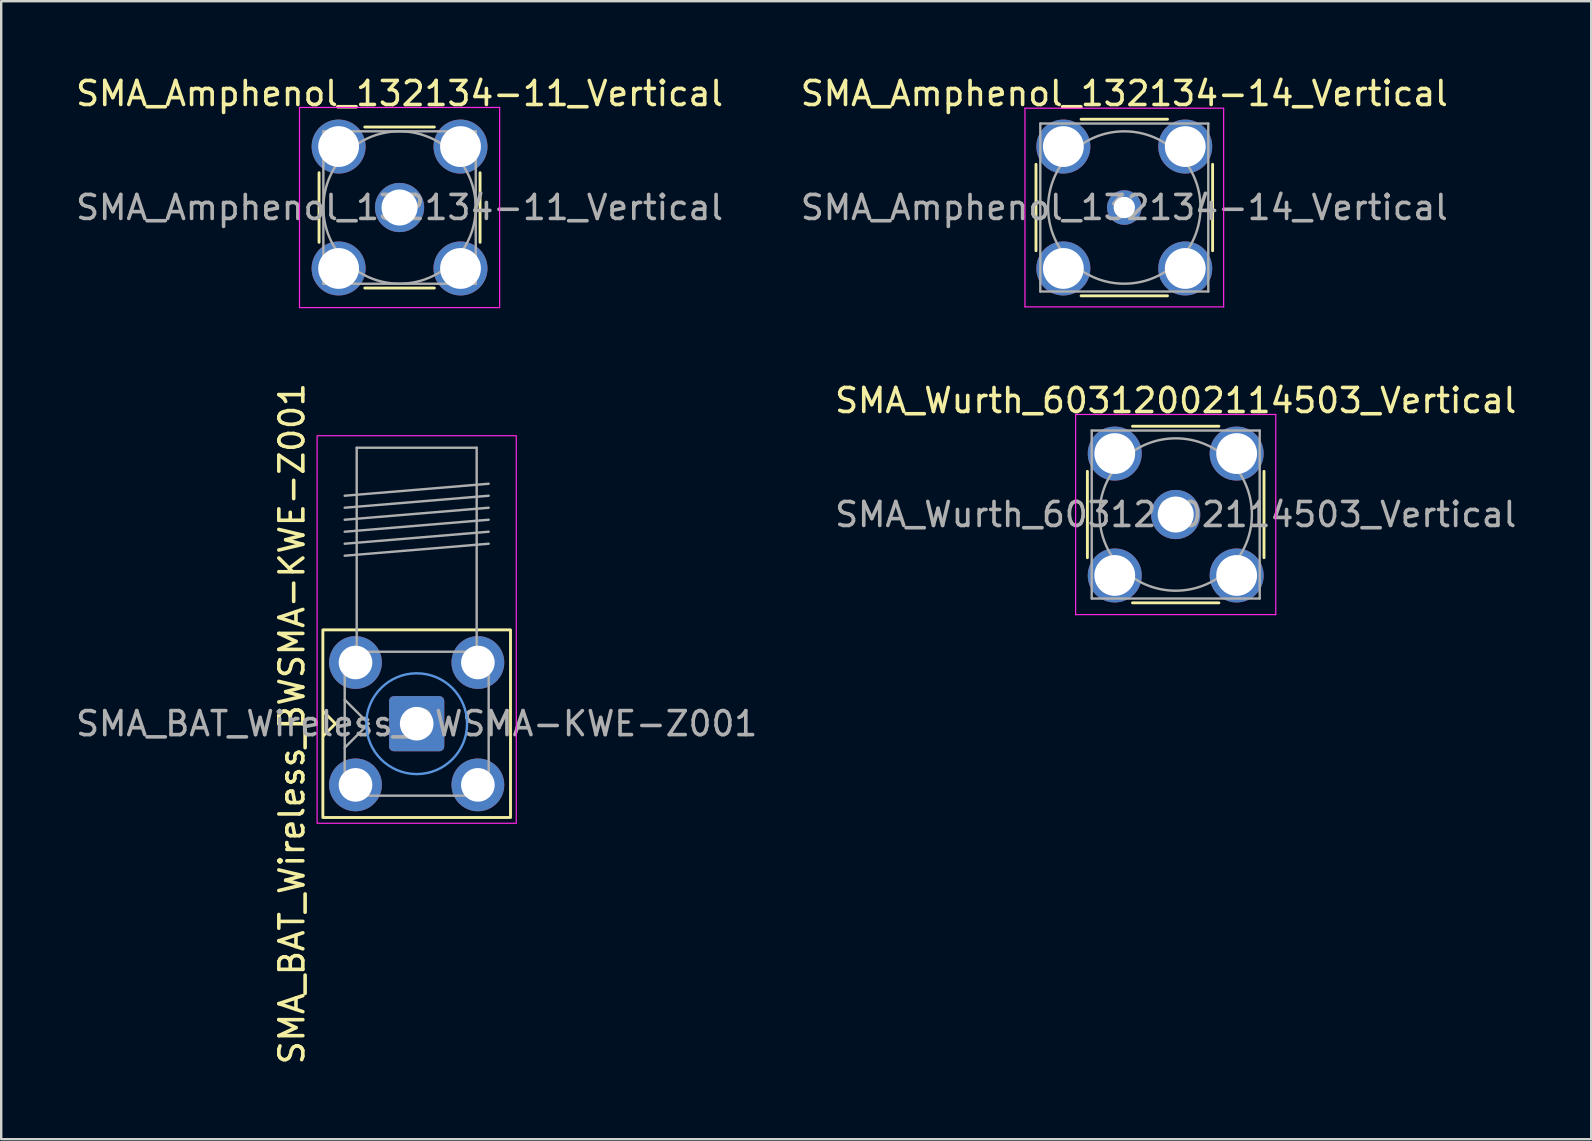
<source format=kicad_pcb>
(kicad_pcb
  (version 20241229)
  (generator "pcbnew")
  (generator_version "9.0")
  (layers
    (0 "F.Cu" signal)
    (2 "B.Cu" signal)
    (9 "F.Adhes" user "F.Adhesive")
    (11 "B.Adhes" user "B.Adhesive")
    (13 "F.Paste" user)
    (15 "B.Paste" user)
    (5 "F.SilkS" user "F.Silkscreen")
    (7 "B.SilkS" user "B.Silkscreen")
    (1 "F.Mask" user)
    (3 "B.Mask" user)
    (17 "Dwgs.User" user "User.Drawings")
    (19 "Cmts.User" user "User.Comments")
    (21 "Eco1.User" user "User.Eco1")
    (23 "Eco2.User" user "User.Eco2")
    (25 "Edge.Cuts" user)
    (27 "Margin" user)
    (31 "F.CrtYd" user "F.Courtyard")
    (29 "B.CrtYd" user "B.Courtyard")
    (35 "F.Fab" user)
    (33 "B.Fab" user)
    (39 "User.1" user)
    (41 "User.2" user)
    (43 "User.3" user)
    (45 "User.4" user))
  (footprint "SMA_BAT_Wireless_BWSMA-KWE-Z001"
    (layer "F.Cu")
    (at 14.315 27.109)
    (property "Reference" "SMA_BAT_Wireless_BWSMA-KWE-Z001" (at -5.2 0 90) (layer "F.SilkS") (effects (font (size 1 1) (thickness 0.15))))
    (attr through_hole)
    (fp_line (start -3.885 0.5) (end -3.385 0) (stroke (width 0.12) (type solid)) (layer "F.SilkS"))
    (fp_line (start -3.385 0) (end -3.885 -0.5) (stroke (width 0.12) (type solid)) (layer "F.SilkS"))
    (fp_rect (start -3.91 -3.91) (end 3.91 3.91) (stroke (width 0.12) (type default)) (fill no) (layer "F.SilkS"))
    (fp_circle (center 0 0) (end 2.1 0) (stroke (width 0.1) (type default)) (fill no) (layer "Cmts.User"))
    (fp_rect (start -4.15 -12) (end 4.15 4.15) (stroke (width 0.05) (type default)) (fill no) (layer "F.CrtYd"))
    (fp_line (start -3 -9.5) (end 3 -10) (stroke (width 0.1) (type solid)) (layer "F.Fab"))
    (fp_line (start -3 -9) (end 3 -9.5) (stroke (width 0.1) (type solid)) (layer "F.Fab"))
    (fp_line (start -3 -8.5) (end 3 -9) (stroke (width 0.1) (type solid)) (layer "F.Fab"))
    (fp_line (start -3 -8) (end 3 -8.5) (stroke (width 0.1) (type solid)) (layer "F.Fab"))
    (fp_line (start -3 -7.5) (end 3 -8) (stroke (width 0.1) (type solid)) (layer "F.Fab"))
    (fp_line (start -3 -7) (end 3 -7.5) (stroke (width 0.1) (type solid)) (layer "F.Fab"))
    (fp_line (start -3 -3) (end -3 3) (stroke (width 0.1) (type solid)) (layer "F.Fab"))
    (fp_line (start -3 -3) (end 3 -3) (stroke (width 0.1) (type solid)) (layer "F.Fab"))
    (fp_line (start -3 -1) (end -2 0) (stroke (width 0.1) (type solid)) (layer "F.Fab"))
    (fp_line (start -3 3) (end 3 3) (stroke (width 0.1) (type solid)) (layer "F.Fab"))
    (fp_line (start -2.5 -11.5) (end -2.5 -3) (stroke (width 0.1) (type solid)) (layer "F.Fab"))
    (fp_line (start -2.5 -11.5) (end 2.5 -11.5) (stroke (width 0.1) (type solid)) (layer "F.Fab"))
    (fp_line (start -2 0) (end -3 1) (stroke (width 0.1) (type solid)) (layer "F.Fab"))
    (fp_line (start 2.5 -11.5) (end 2.5 -3) (stroke (width 0.1) (type solid)) (layer "F.Fab"))
    (fp_line (start 3 -3) (end 3 3) (stroke (width 0.1) (type solid)) (layer "F.Fab"))
    (fp_text user "${REFERENCE}" (at 0 0 0) (layer "F.Fab") (effects (font (size 1 1) (thickness 0.15))))
    (pad "1" thru_hole roundrect (at 0 0) (size 2.3 2.3) (drill 1.4) (layers "*.Cu" "*.Mask") (remove_unused_layers yes) (keep_end_layers yes) (zone_layer_connections) (roundrect_rratio 0.087))
    (pad "2" thru_hole circle (at -2.55 -2.55) (size 2.2 2.2) (drill 1.4) (layers "*.Cu" "*.Mask") (remove_unused_layers yes) (keep_end_layers yes) (zone_layer_connections))
    (pad "2" thru_hole circle (at -2.55 2.55) (size 2.2 2.2) (drill 1.4) (layers "*.Cu" "*.Mask") (remove_unused_layers yes) (keep_end_layers yes) (zone_layer_connections))
    (pad "2" thru_hole circle (at 2.55 -2.55) (size 2.2 2.2) (drill 1.4) (layers "*.Cu" "*.Mask") (remove_unused_layers yes) (keep_end_layers yes) (zone_layer_connections))
    (pad "2" thru_hole circle (at 2.55 2.55) (size 2.2 2.2) (drill 1.4) (layers "*.Cu" "*.Mask") (remove_unused_layers yes) (keep_end_layers yes) (zone_layer_connections)))
  (footprint "SMA_Amphenol_132134-14_Vertical"
    (layer "F.Cu")
    (at 43.804 5.598)
    (property "Reference" "SMA_Amphenol_132134-14_Vertical" (at 0 -4.75 0) (layer "F.SilkS") (effects (font (size 1 1) (thickness 0.15))))
    (attr through_hole)
    (fp_line (start -3.68 -1.8) (end -3.68 1.8) (stroke (width 0.12) (type solid)) (layer "F.SilkS"))
    (fp_line (start -1.8 -3.68) (end 1.8 -3.68) (stroke (width 0.12) (type solid)) (layer "F.SilkS"))
    (fp_line (start -1.8 3.68) (end 1.8 3.68) (stroke (width 0.12) (type solid)) (layer "F.SilkS"))
    (fp_line (start 3.68 -1.8) (end 3.68 1.8) (stroke (width 0.12) (type solid)) (layer "F.SilkS"))
    (fp_line (start -4.14 -4.14) (end -4.14 4.14) (stroke (width 0.05) (type solid)) (layer "F.CrtYd"))
    (fp_line (start -4.14 -4.14) (end 4.14 -4.14) (stroke (width 0.05) (type solid)) (layer "F.CrtYd"))
    (fp_line (start 4.14 4.14) (end -4.14 4.14) (stroke (width 0.05) (type solid)) (layer "F.CrtYd"))
    (fp_line (start 4.14 4.14) (end 4.14 -4.14) (stroke (width 0.05) (type solid)) (layer "F.CrtYd"))
    (fp_line (start -3.5 -3.5) (end -3.5 3.5) (stroke (width 0.1) (type solid)) (layer "F.Fab"))
    (fp_line (start -3.5 -3.5) (end 3.5 -3.5) (stroke (width 0.1) (type solid)) (layer "F.Fab"))
    (fp_line (start -3.5 3.5) (end 3.5 3.5) (stroke (width 0.1) (type solid)) (layer "F.Fab"))
    (fp_line (start 3.5 -3.5) (end 3.5 3.5) (stroke (width 0.1) (type solid)) (layer "F.Fab"))
    (fp_circle (center 0 0) (end 3.175 0) (stroke (width 0.1) (type solid)) (fill no) (layer "F.Fab"))
    (fp_text user "${REFERENCE}" (at 0 0 0) (layer "F.Fab") (effects (font (size 1 1) (thickness 0.15))))
    (pad "1" thru_hole circle (at 0 0) (size 1.44 1.44) (drill 0.89) (layers "*.Cu" "*.Mask"))
    (pad "2" thru_hole circle (at -2.54 -2.54) (size 2.25 2.25) (drill 1.7) (layers "*.Cu" "*.Mask"))
    (pad "2" thru_hole circle (at -2.54 2.54) (size 2.25 2.25) (drill 1.7) (layers "*.Cu" "*.Mask"))
    (pad "2" thru_hole circle (at 2.54 -2.54) (size 2.25 2.25) (drill 1.7) (layers "*.Cu" "*.Mask"))
    (pad "2" thru_hole circle (at 2.54 2.54) (size 2.25 2.25) (drill 1.7) (layers "*.Cu" "*.Mask")))
  (footprint "SMA_Wurth_60312002114503_Vertical"
    (layer "F.Cu")
    (at 45.946 18.392)
    (property "Reference" "SMA_Wurth_60312002114503_Vertical" (at 0 -4.75 0) (layer "F.SilkS") (effects (font (size 1 1) (thickness 0.15))))
    (attr through_hole)
    (fp_line (start -3.68 -1.8) (end -3.68 1.8) (stroke (width 0.12) (type solid)) (layer "F.SilkS"))
    (fp_line (start -1.8 -3.68) (end 1.8 -3.68) (stroke (width 0.12) (type solid)) (layer "F.SilkS"))
    (fp_line (start -1.8 3.68) (end 1.8 3.68) (stroke (width 0.12) (type solid)) (layer "F.SilkS"))
    (fp_line (start 3.68 -1.8) (end 3.68 1.8) (stroke (width 0.12) (type solid)) (layer "F.SilkS"))
    (fp_line (start -4.17 -4.17) (end -4.17 4.17) (stroke (width 0.05) (type solid)) (layer "F.CrtYd"))
    (fp_line (start -4.17 -4.17) (end 4.17 -4.17) (stroke (width 0.05) (type solid)) (layer "F.CrtYd"))
    (fp_line (start 4.17 4.17) (end -4.17 4.17) (stroke (width 0.05) (type solid)) (layer "F.CrtYd"))
    (fp_line (start 4.17 4.17) (end 4.17 -4.17) (stroke (width 0.05) (type solid)) (layer "F.CrtYd"))
    (fp_line (start -3.5 -3.5) (end -3.5 3.5) (stroke (width 0.1) (type solid)) (layer "F.Fab"))
    (fp_line (start -3.5 -3.5) (end 3.5 -3.5) (stroke (width 0.1) (type solid)) (layer "F.Fab"))
    (fp_line (start -3.5 3.5) (end 3.5 3.5) (stroke (width 0.1) (type solid)) (layer "F.Fab"))
    (fp_line (start 3.5 -3.5) (end 3.5 3.5) (stroke (width 0.1) (type solid)) (layer "F.Fab"))
    (fp_circle (center 0 0) (end 3.175 0) (stroke (width 0.1) (type solid)) (fill no) (layer "F.Fab"))
    (fp_text user "${REFERENCE}" (at 0 0 0) (layer "F.Fab") (effects (font (size 1 1) (thickness 0.15))))
    (pad "1" thru_hole circle (at 0 0) (size 2.05 2.05) (drill 1.5) (layers "*.Cu" "*.Mask"))
    (pad "2" thru_hole circle (at -2.54 -2.54) (size 2.25 2.25) (drill 1.7) (layers "*.Cu" "*.Mask"))
    (pad "2" thru_hole circle (at -2.54 2.54) (size 2.25 2.25) (drill 1.7) (layers "*.Cu" "*.Mask"))
    (pad "2" thru_hole circle (at 2.54 -2.54) (size 2.25 2.25) (drill 1.7) (layers "*.Cu" "*.Mask"))
    (pad "2" thru_hole circle (at 2.54 2.54) (size 2.25 2.25) (drill 1.7) (layers "*.Cu" "*.Mask")))
  (footprint "SMA_Amphenol_132134-11_Vertical"
    (layer "F.Cu")
    (at 13.601 5.598)
    (property "Reference" "SMA_Amphenol_132134-11_Vertical" (at 0 -4.75 0) (layer "F.SilkS") (effects (font (size 1 1) (thickness 0.15))))
    (attr through_hole)
    (fp_line (start -3.355 -1.45) (end -3.355 1.45) (stroke (width 0.12) (type solid)) (layer "F.SilkS"))
    (fp_line (start -1.45 -3.355) (end 1.45 -3.355) (stroke (width 0.12) (type solid)) (layer "F.SilkS"))
    (fp_line (start -1.45 3.355) (end 1.45 3.355) (stroke (width 0.12) (type solid)) (layer "F.SilkS"))
    (fp_line (start 3.355 -1.45) (end 3.355 1.45) (stroke (width 0.12) (type solid)) (layer "F.SilkS"))
    (fp_line (start -4.17 -4.17) (end -4.17 4.17) (stroke (width 0.05) (type solid)) (layer "F.CrtYd"))
    (fp_line (start -4.17 -4.17) (end 4.17 -4.17) (stroke (width 0.05) (type solid)) (layer "F.CrtYd"))
    (fp_line (start 4.17 4.17) (end -4.17 4.17) (stroke (width 0.05) (type solid)) (layer "F.CrtYd"))
    (fp_line (start 4.17 4.17) (end 4.17 -4.17) (stroke (width 0.05) (type solid)) (layer "F.CrtYd"))
    (fp_line (start -3.175 -3.175) (end -3.175 3.175) (stroke (width 0.1) (type solid)) (layer "F.Fab"))
    (fp_line (start -3.175 -3.175) (end 3.175 -3.175) (stroke (width 0.1) (type solid)) (layer "F.Fab"))
    (fp_line (start -3.175 3.175) (end 3.175 3.175) (stroke (width 0.1) (type solid)) (layer "F.Fab"))
    (fp_line (start 3.175 -3.175) (end 3.175 3.175) (stroke (width 0.1) (type solid)) (layer "F.Fab"))
    (fp_circle (center 0 0) (end 3.175 0) (stroke (width 0.1) (type solid)) (fill no) (layer "F.Fab"))
    (fp_text user "${REFERENCE}" (at 0 0 0) (layer "F.Fab") (effects (font (size 1 1) (thickness 0.15))))
    (pad "1" thru_hole circle (at 0 0) (size 2.05 2.05) (drill 1.5) (layers "*.Cu" "*.Mask"))
    (pad "2" thru_hole circle (at -2.54 -2.54) (size 2.25 2.25) (drill 1.7) (layers "*.Cu" "*.Mask"))
    (pad "2" thru_hole circle (at -2.54 2.54) (size 2.25 2.25) (drill 1.7) (layers "*.Cu" "*.Mask"))
    (pad "2" thru_hole circle (at 2.54 -2.54) (size 2.25 2.25) (drill 1.7) (layers "*.Cu" "*.Mask"))
    (pad "2" thru_hole circle (at 2.54 2.54) (size 2.25 2.25) (drill 1.7) (layers "*.Cu" "*.Mask")))
  (gr_rect
    (start -3 -3)
    (end 63.262 44.424)
    (stroke (width 0.1) (type default))
    (fill no)
    (layer "Edge.Cuts")))
</source>
